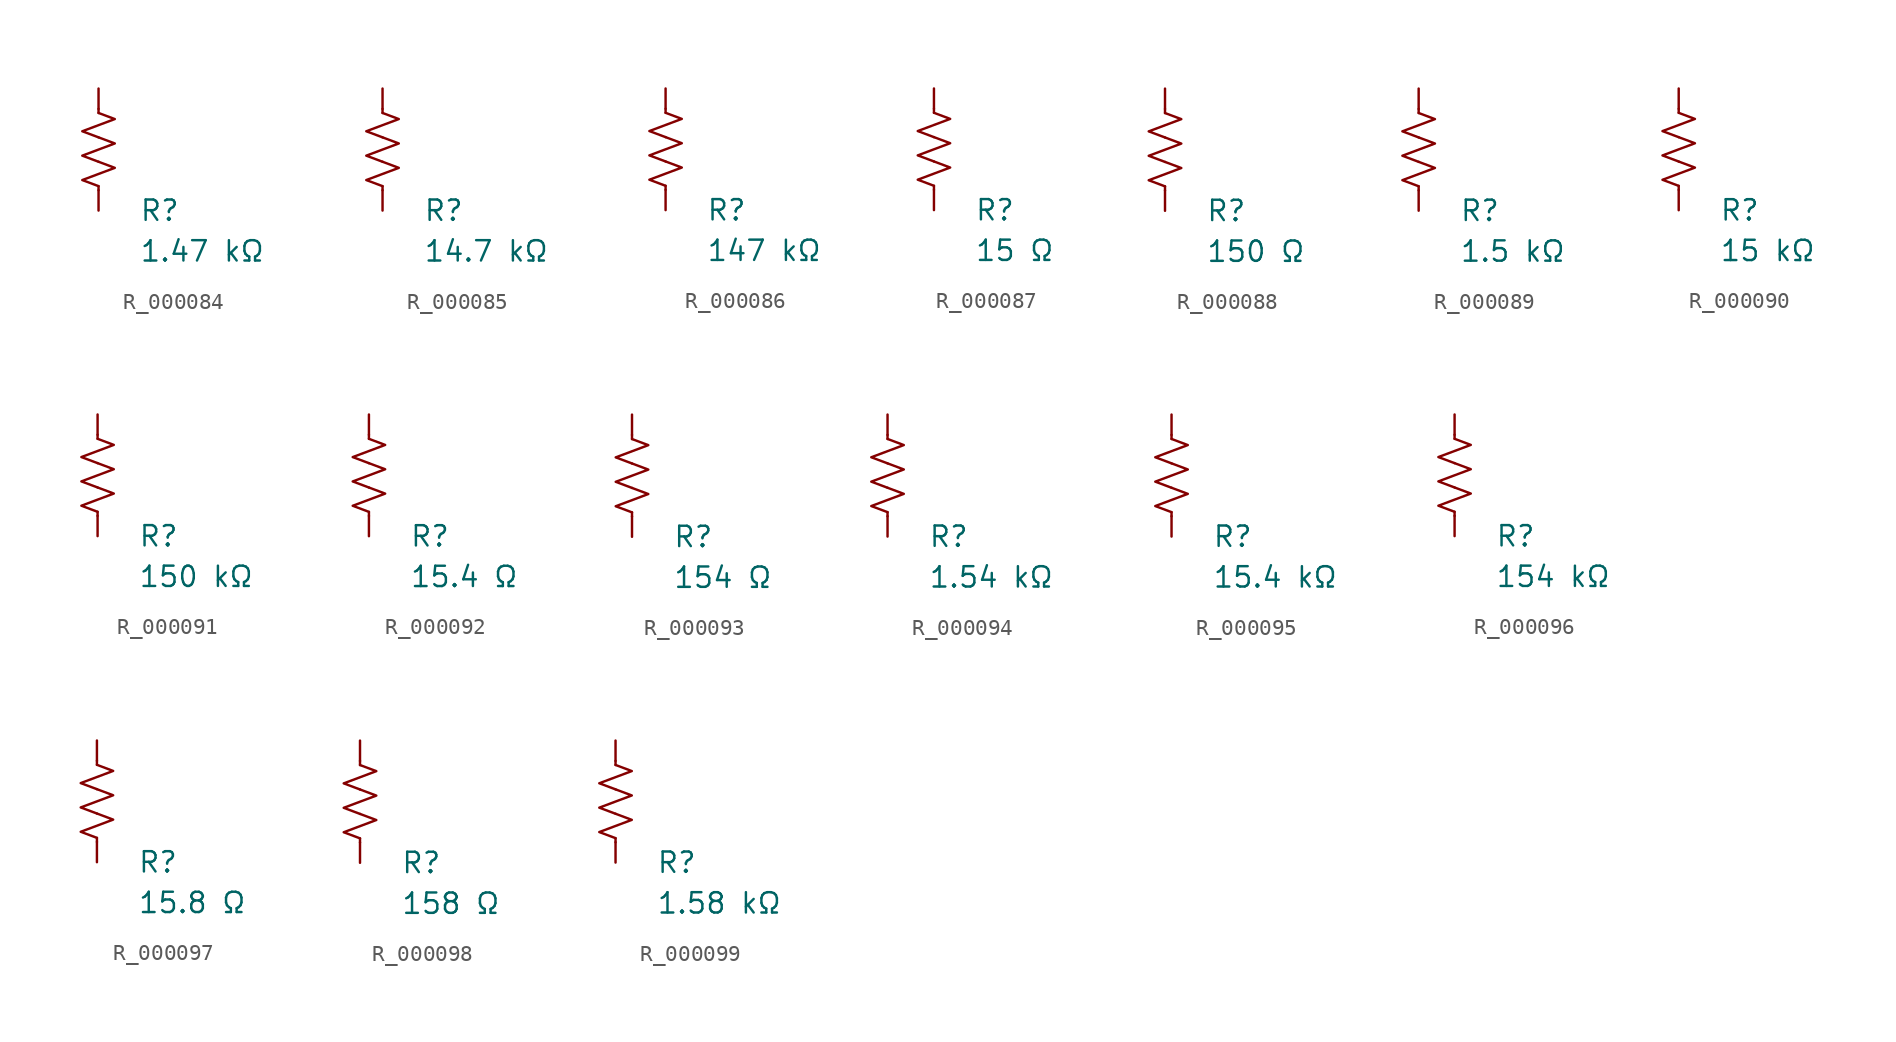
<source format=kicad_sym>
(kicad_symbol_lib
  (version 20231120)
  (generator "kicad_symbol_editor")
  (generator_version "8.0")
  (symbol "R_000084"
    (pin_numbers hide)
    (pin_names
      (offset 0))
    (property "Reference" "R"
      (at 2.54 -3.81 0)
      (effects (font (size 1.27 1.27)) (justify left))
      (show_name no))
    (property "Value" "1.47 kΩ"
      (at 2.54 -6.35 0)
      (effects (font (size 1.27 1.27)) (justify left))
      (show_name no))
    (symbol "R_000084_0_1"
      (polyline (pts (xy 0 -2.286) (xy 0 -2.54)) (stroke (width 0) (type default)) (fill (type none)))
      (polyline (pts (xy 0 2.286) (xy 0 2.54)) (stroke (width 0) (type default)) (fill (type none)))
      (polyline (pts (xy 0 -0.762) (xy 1.016 -1.143) (xy 0 -1.524) (xy -1.016 -1.905) (xy 0 -2.286)) (stroke (width 0) (type default)) (fill (type none)))
      (polyline (pts (xy 0 0.762) (xy 1.016 0.381) (xy 0 0) (xy -1.016 -0.381) (xy 0 -0.762)) (stroke (width 0) (type default)) (fill (type none)))
      (polyline (pts (xy 0 2.286) (xy 1.016 1.905) (xy 0 1.524) (xy -1.016 1.143) (xy 0 0.762)) (stroke (width 0) (type default)) (fill (type none))))
    (symbol "R_000084_1_1"
      (pin passive line (at 0 3.81 270) (length 1.27) (name "~" (effects (font (size 1.27 1.27)))) (number "1" (effects (font (size 1.27 1.27)))))
      (pin passive line (at 0 -3.81 90) (length 1.27) (name "~" (effects (font (size 1.27 1.27)))) (number "2" (effects (font (size 1.27 1.27)))))))
  (symbol "R_000085"
    (pin_numbers hide)
    (pin_names
      (offset 0))
    (property "Reference" "R"
      (at 2.54 -3.81 0)
      (effects (font (size 1.27 1.27)) (justify left))
      (show_name no))
    (property "Value" "14.7 kΩ"
      (at 2.54 -6.35 0)
      (effects (font (size 1.27 1.27)) (justify left))
      (show_name no))
    (symbol "R_000085_0_1"
      (polyline (pts (xy 0 -2.286) (xy 0 -2.54)) (stroke (width 0) (type default)) (fill (type none)))
      (polyline (pts (xy 0 2.286) (xy 0 2.54)) (stroke (width 0) (type default)) (fill (type none)))
      (polyline (pts (xy 0 -0.762) (xy 1.016 -1.143) (xy 0 -1.524) (xy -1.016 -1.905) (xy 0 -2.286)) (stroke (width 0) (type default)) (fill (type none)))
      (polyline (pts (xy 0 0.762) (xy 1.016 0.381) (xy 0 0) (xy -1.016 -0.381) (xy 0 -0.762)) (stroke (width 0) (type default)) (fill (type none)))
      (polyline (pts (xy 0 2.286) (xy 1.016 1.905) (xy 0 1.524) (xy -1.016 1.143) (xy 0 0.762)) (stroke (width 0) (type default)) (fill (type none))))
    (symbol "R_000085_1_1"
      (pin passive line (at 0 3.81 270) (length 1.27) (name "~" (effects (font (size 1.27 1.27)))) (number "1" (effects (font (size 1.27 1.27)))))
      (pin passive line (at 0 -3.81 90) (length 1.27) (name "~" (effects (font (size 1.27 1.27)))) (number "2" (effects (font (size 1.27 1.27)))))))
  (symbol "R_000086"
    (pin_numbers hide)
    (pin_names
      (offset 0))
    (property "Reference" "R"
      (at 2.54 -3.81 0)
      (effects (font (size 1.27 1.27)) (justify left))
      (show_name no))
    (property "Value" "147 kΩ"
      (at 2.54 -6.35 0)
      (effects (font (size 1.27 1.27)) (justify left))
      (show_name no))
    (symbol "R_000086_0_1"
      (polyline (pts (xy 0 -2.286) (xy 0 -2.54)) (stroke (width 0) (type default)) (fill (type none)))
      (polyline (pts (xy 0 2.286) (xy 0 2.54)) (stroke (width 0) (type default)) (fill (type none)))
      (polyline (pts (xy 0 -0.762) (xy 1.016 -1.143) (xy 0 -1.524) (xy -1.016 -1.905) (xy 0 -2.286)) (stroke (width 0) (type default)) (fill (type none)))
      (polyline (pts (xy 0 0.762) (xy 1.016 0.381) (xy 0 0) (xy -1.016 -0.381) (xy 0 -0.762)) (stroke (width 0) (type default)) (fill (type none)))
      (polyline (pts (xy 0 2.286) (xy 1.016 1.905) (xy 0 1.524) (xy -1.016 1.143) (xy 0 0.762)) (stroke (width 0) (type default)) (fill (type none))))
    (symbol "R_000086_1_1"
      (pin passive line (at 0 3.81 270) (length 1.27) (name "~" (effects (font (size 1.27 1.27)))) (number "1" (effects (font (size 1.27 1.27)))))
      (pin passive line (at 0 -3.81 90) (length 1.27) (name "~" (effects (font (size 1.27 1.27)))) (number "2" (effects (font (size 1.27 1.27)))))))
  (symbol "R_000087"
    (pin_numbers hide)
    (pin_names
      (offset 0))
    (property "Reference" "R"
      (at 2.54 -3.81 0)
      (effects (font (size 1.27 1.27)) (justify left))
      (show_name no))
    (property "Value" "15 Ω"
      (at 2.54 -6.35 0)
      (effects (font (size 1.27 1.27)) (justify left))
      (show_name no))
    (symbol "R_000087_0_1"
      (polyline (pts (xy 0 -2.286) (xy 0 -2.54)) (stroke (width 0) (type default)) (fill (type none)))
      (polyline (pts (xy 0 2.286) (xy 0 2.54)) (stroke (width 0) (type default)) (fill (type none)))
      (polyline (pts (xy 0 -0.762) (xy 1.016 -1.143) (xy 0 -1.524) (xy -1.016 -1.905) (xy 0 -2.286)) (stroke (width 0) (type default)) (fill (type none)))
      (polyline (pts (xy 0 0.762) (xy 1.016 0.381) (xy 0 0) (xy -1.016 -0.381) (xy 0 -0.762)) (stroke (width 0) (type default)) (fill (type none)))
      (polyline (pts (xy 0 2.286) (xy 1.016 1.905) (xy 0 1.524) (xy -1.016 1.143) (xy 0 0.762)) (stroke (width 0) (type default)) (fill (type none))))
    (symbol "R_000087_1_1"
      (pin passive line (at 0 3.81 270) (length 1.27) (name "~" (effects (font (size 1.27 1.27)))) (number "1" (effects (font (size 1.27 1.27)))))
      (pin passive line (at 0 -3.81 90) (length 1.27) (name "~" (effects (font (size 1.27 1.27)))) (number "2" (effects (font (size 1.27 1.27)))))))
  (symbol "R_000088"
    (pin_numbers hide)
    (pin_names
      (offset 0))
    (property "Reference" "R"
      (at 2.54 -3.81 0)
      (effects (font (size 1.27 1.27)) (justify left))
      (show_name no))
    (property "Value" "150 Ω"
      (at 2.54 -6.35 0)
      (effects (font (size 1.27 1.27)) (justify left))
      (show_name no))
    (symbol "R_000088_0_1"
      (polyline (pts (xy 0 -2.286) (xy 0 -2.54)) (stroke (width 0) (type default)) (fill (type none)))
      (polyline (pts (xy 0 2.286) (xy 0 2.54)) (stroke (width 0) (type default)) (fill (type none)))
      (polyline (pts (xy 0 -0.762) (xy 1.016 -1.143) (xy 0 -1.524) (xy -1.016 -1.905) (xy 0 -2.286)) (stroke (width 0) (type default)) (fill (type none)))
      (polyline (pts (xy 0 0.762) (xy 1.016 0.381) (xy 0 0) (xy -1.016 -0.381) (xy 0 -0.762)) (stroke (width 0) (type default)) (fill (type none)))
      (polyline (pts (xy 0 2.286) (xy 1.016 1.905) (xy 0 1.524) (xy -1.016 1.143) (xy 0 0.762)) (stroke (width 0) (type default)) (fill (type none))))
    (symbol "R_000088_1_1"
      (pin passive line (at 0 3.81 270) (length 1.27) (name "~" (effects (font (size 1.27 1.27)))) (number "1" (effects (font (size 1.27 1.27)))))
      (pin passive line (at 0 -3.81 90) (length 1.27) (name "~" (effects (font (size 1.27 1.27)))) (number "2" (effects (font (size 1.27 1.27)))))))
  (symbol "R_000089"
    (pin_numbers hide)
    (pin_names
      (offset 0))
    (property "Reference" "R"
      (at 2.54 -3.81 0)
      (effects (font (size 1.27 1.27)) (justify left))
      (show_name no))
    (property "Value" "1.5 kΩ"
      (at 2.54 -6.35 0)
      (effects (font (size 1.27 1.27)) (justify left))
      (show_name no))
    (symbol "R_000089_0_1"
      (polyline (pts (xy 0 -2.286) (xy 0 -2.54)) (stroke (width 0) (type default)) (fill (type none)))
      (polyline (pts (xy 0 2.286) (xy 0 2.54)) (stroke (width 0) (type default)) (fill (type none)))
      (polyline (pts (xy 0 -0.762) (xy 1.016 -1.143) (xy 0 -1.524) (xy -1.016 -1.905) (xy 0 -2.286)) (stroke (width 0) (type default)) (fill (type none)))
      (polyline (pts (xy 0 0.762) (xy 1.016 0.381) (xy 0 0) (xy -1.016 -0.381) (xy 0 -0.762)) (stroke (width 0) (type default)) (fill (type none)))
      (polyline (pts (xy 0 2.286) (xy 1.016 1.905) (xy 0 1.524) (xy -1.016 1.143) (xy 0 0.762)) (stroke (width 0) (type default)) (fill (type none))))
    (symbol "R_000089_1_1"
      (pin passive line (at 0 3.81 270) (length 1.27) (name "~" (effects (font (size 1.27 1.27)))) (number "1" (effects (font (size 1.27 1.27)))))
      (pin passive line (at 0 -3.81 90) (length 1.27) (name "~" (effects (font (size 1.27 1.27)))) (number "2" (effects (font (size 1.27 1.27)))))))
  (symbol "R_000090"
    (pin_numbers hide)
    (pin_names
      (offset 0))
    (property "Reference" "R"
      (at 2.54 -3.81 0)
      (effects (font (size 1.27 1.27)) (justify left))
      (show_name no))
    (property "Value" "15 kΩ"
      (at 2.54 -6.35 0)
      (effects (font (size 1.27 1.27)) (justify left))
      (show_name no))
    (symbol "R_000090_0_1"
      (polyline (pts (xy 0 -2.286) (xy 0 -2.54)) (stroke (width 0) (type default)) (fill (type none)))
      (polyline (pts (xy 0 2.286) (xy 0 2.54)) (stroke (width 0) (type default)) (fill (type none)))
      (polyline (pts (xy 0 -0.762) (xy 1.016 -1.143) (xy 0 -1.524) (xy -1.016 -1.905) (xy 0 -2.286)) (stroke (width 0) (type default)) (fill (type none)))
      (polyline (pts (xy 0 0.762) (xy 1.016 0.381) (xy 0 0) (xy -1.016 -0.381) (xy 0 -0.762)) (stroke (width 0) (type default)) (fill (type none)))
      (polyline (pts (xy 0 2.286) (xy 1.016 1.905) (xy 0 1.524) (xy -1.016 1.143) (xy 0 0.762)) (stroke (width 0) (type default)) (fill (type none))))
    (symbol "R_000090_1_1"
      (pin passive line (at 0 3.81 270) (length 1.27) (name "~" (effects (font (size 1.27 1.27)))) (number "1" (effects (font (size 1.27 1.27)))))
      (pin passive line (at 0 -3.81 90) (length 1.27) (name "~" (effects (font (size 1.27 1.27)))) (number "2" (effects (font (size 1.27 1.27)))))))
  (symbol "R_000091"
    (pin_numbers hide)
    (pin_names
      (offset 0))
    (property "Reference" "R"
      (at 2.54 -3.81 0)
      (effects (font (size 1.27 1.27)) (justify left))
      (show_name no))
    (property "Value" "150 kΩ"
      (at 2.54 -6.35 0)
      (effects (font (size 1.27 1.27)) (justify left))
      (show_name no))
    (symbol "R_000091_0_1"
      (polyline (pts (xy 0 -2.286) (xy 0 -2.54)) (stroke (width 0) (type default)) (fill (type none)))
      (polyline (pts (xy 0 2.286) (xy 0 2.54)) (stroke (width 0) (type default)) (fill (type none)))
      (polyline (pts (xy 0 -0.762) (xy 1.016 -1.143) (xy 0 -1.524) (xy -1.016 -1.905) (xy 0 -2.286)) (stroke (width 0) (type default)) (fill (type none)))
      (polyline (pts (xy 0 0.762) (xy 1.016 0.381) (xy 0 0) (xy -1.016 -0.381) (xy 0 -0.762)) (stroke (width 0) (type default)) (fill (type none)))
      (polyline (pts (xy 0 2.286) (xy 1.016 1.905) (xy 0 1.524) (xy -1.016 1.143) (xy 0 0.762)) (stroke (width 0) (type default)) (fill (type none))))
    (symbol "R_000091_1_1"
      (pin passive line (at 0 3.81 270) (length 1.27) (name "~" (effects (font (size 1.27 1.27)))) (number "1" (effects (font (size 1.27 1.27)))))
      (pin passive line (at 0 -3.81 90) (length 1.27) (name "~" (effects (font (size 1.27 1.27)))) (number "2" (effects (font (size 1.27 1.27)))))))
  (symbol "R_000092"
    (pin_numbers hide)
    (pin_names
      (offset 0))
    (property "Reference" "R"
      (at 2.54 -3.81 0)
      (effects (font (size 1.27 1.27)) (justify left))
      (show_name no))
    (property "Value" "15.4 Ω"
      (at 2.54 -6.35 0)
      (effects (font (size 1.27 1.27)) (justify left))
      (show_name no))
    (symbol "R_000092_0_1"
      (polyline (pts (xy 0 -2.286) (xy 0 -2.54)) (stroke (width 0) (type default)) (fill (type none)))
      (polyline (pts (xy 0 2.286) (xy 0 2.54)) (stroke (width 0) (type default)) (fill (type none)))
      (polyline (pts (xy 0 -0.762) (xy 1.016 -1.143) (xy 0 -1.524) (xy -1.016 -1.905) (xy 0 -2.286)) (stroke (width 0) (type default)) (fill (type none)))
      (polyline (pts (xy 0 0.762) (xy 1.016 0.381) (xy 0 0) (xy -1.016 -0.381) (xy 0 -0.762)) (stroke (width 0) (type default)) (fill (type none)))
      (polyline (pts (xy 0 2.286) (xy 1.016 1.905) (xy 0 1.524) (xy -1.016 1.143) (xy 0 0.762)) (stroke (width 0) (type default)) (fill (type none))))
    (symbol "R_000092_1_1"
      (pin passive line (at 0 3.81 270) (length 1.27) (name "~" (effects (font (size 1.27 1.27)))) (number "1" (effects (font (size 1.27 1.27)))))
      (pin passive line (at 0 -3.81 90) (length 1.27) (name "~" (effects (font (size 1.27 1.27)))) (number "2" (effects (font (size 1.27 1.27)))))))
  (symbol "R_000093"
    (pin_numbers hide)
    (pin_names
      (offset 0))
    (property "Reference" "R"
      (at 2.54 -3.81 0)
      (effects (font (size 1.27 1.27)) (justify left))
      (show_name no))
    (property "Value" "154 Ω"
      (at 2.54 -6.35 0)
      (effects (font (size 1.27 1.27)) (justify left))
      (show_name no))
    (symbol "R_000093_0_1"
      (polyline (pts (xy 0 -2.286) (xy 0 -2.54)) (stroke (width 0) (type default)) (fill (type none)))
      (polyline (pts (xy 0 2.286) (xy 0 2.54)) (stroke (width 0) (type default)) (fill (type none)))
      (polyline (pts (xy 0 -0.762) (xy 1.016 -1.143) (xy 0 -1.524) (xy -1.016 -1.905) (xy 0 -2.286)) (stroke (width 0) (type default)) (fill (type none)))
      (polyline (pts (xy 0 0.762) (xy 1.016 0.381) (xy 0 0) (xy -1.016 -0.381) (xy 0 -0.762)) (stroke (width 0) (type default)) (fill (type none)))
      (polyline (pts (xy 0 2.286) (xy 1.016 1.905) (xy 0 1.524) (xy -1.016 1.143) (xy 0 0.762)) (stroke (width 0) (type default)) (fill (type none))))
    (symbol "R_000093_1_1"
      (pin passive line (at 0 3.81 270) (length 1.27) (name "~" (effects (font (size 1.27 1.27)))) (number "1" (effects (font (size 1.27 1.27)))))
      (pin passive line (at 0 -3.81 90) (length 1.27) (name "~" (effects (font (size 1.27 1.27)))) (number "2" (effects (font (size 1.27 1.27)))))))
  (symbol "R_000094"
    (pin_numbers hide)
    (pin_names
      (offset 0))
    (property "Reference" "R"
      (at 2.54 -3.81 0)
      (effects (font (size 1.27 1.27)) (justify left))
      (show_name no))
    (property "Value" "1.54 kΩ"
      (at 2.54 -6.35 0)
      (effects (font (size 1.27 1.27)) (justify left))
      (show_name no))
    (symbol "R_000094_0_1"
      (polyline (pts (xy 0 -2.286) (xy 0 -2.54)) (stroke (width 0) (type default)) (fill (type none)))
      (polyline (pts (xy 0 2.286) (xy 0 2.54)) (stroke (width 0) (type default)) (fill (type none)))
      (polyline (pts (xy 0 -0.762) (xy 1.016 -1.143) (xy 0 -1.524) (xy -1.016 -1.905) (xy 0 -2.286)) (stroke (width 0) (type default)) (fill (type none)))
      (polyline (pts (xy 0 0.762) (xy 1.016 0.381) (xy 0 0) (xy -1.016 -0.381) (xy 0 -0.762)) (stroke (width 0) (type default)) (fill (type none)))
      (polyline (pts (xy 0 2.286) (xy 1.016 1.905) (xy 0 1.524) (xy -1.016 1.143) (xy 0 0.762)) (stroke (width 0) (type default)) (fill (type none))))
    (symbol "R_000094_1_1"
      (pin passive line (at 0 3.81 270) (length 1.27) (name "~" (effects (font (size 1.27 1.27)))) (number "1" (effects (font (size 1.27 1.27)))))
      (pin passive line (at 0 -3.81 90) (length 1.27) (name "~" (effects (font (size 1.27 1.27)))) (number "2" (effects (font (size 1.27 1.27)))))))
  (symbol "R_000095"
    (pin_numbers hide)
    (pin_names
      (offset 0))
    (property "Reference" "R"
      (at 2.54 -3.81 0)
      (effects (font (size 1.27 1.27)) (justify left))
      (show_name no))
    (property "Value" "15.4 kΩ"
      (at 2.54 -6.35 0)
      (effects (font (size 1.27 1.27)) (justify left))
      (show_name no))
    (symbol "R_000095_0_1"
      (polyline (pts (xy 0 -2.286) (xy 0 -2.54)) (stroke (width 0) (type default)) (fill (type none)))
      (polyline (pts (xy 0 2.286) (xy 0 2.54)) (stroke (width 0) (type default)) (fill (type none)))
      (polyline (pts (xy 0 -0.762) (xy 1.016 -1.143) (xy 0 -1.524) (xy -1.016 -1.905) (xy 0 -2.286)) (stroke (width 0) (type default)) (fill (type none)))
      (polyline (pts (xy 0 0.762) (xy 1.016 0.381) (xy 0 0) (xy -1.016 -0.381) (xy 0 -0.762)) (stroke (width 0) (type default)) (fill (type none)))
      (polyline (pts (xy 0 2.286) (xy 1.016 1.905) (xy 0 1.524) (xy -1.016 1.143) (xy 0 0.762)) (stroke (width 0) (type default)) (fill (type none))))
    (symbol "R_000095_1_1"
      (pin passive line (at 0 3.81 270) (length 1.27) (name "~" (effects (font (size 1.27 1.27)))) (number "1" (effects (font (size 1.27 1.27)))))
      (pin passive line (at 0 -3.81 90) (length 1.27) (name "~" (effects (font (size 1.27 1.27)))) (number "2" (effects (font (size 1.27 1.27)))))))
  (symbol "R_000096"
    (pin_numbers hide)
    (pin_names
      (offset 0))
    (property "Reference" "R"
      (at 2.54 -3.81 0)
      (effects (font (size 1.27 1.27)) (justify left))
      (show_name no))
    (property "Value" "154 kΩ"
      (at 2.54 -6.35 0)
      (effects (font (size 1.27 1.27)) (justify left))
      (show_name no))
    (symbol "R_000096_0_1"
      (polyline (pts (xy 0 -2.286) (xy 0 -2.54)) (stroke (width 0) (type default)) (fill (type none)))
      (polyline (pts (xy 0 2.286) (xy 0 2.54)) (stroke (width 0) (type default)) (fill (type none)))
      (polyline (pts (xy 0 -0.762) (xy 1.016 -1.143) (xy 0 -1.524) (xy -1.016 -1.905) (xy 0 -2.286)) (stroke (width 0) (type default)) (fill (type none)))
      (polyline (pts (xy 0 0.762) (xy 1.016 0.381) (xy 0 0) (xy -1.016 -0.381) (xy 0 -0.762)) (stroke (width 0) (type default)) (fill (type none)))
      (polyline (pts (xy 0 2.286) (xy 1.016 1.905) (xy 0 1.524) (xy -1.016 1.143) (xy 0 0.762)) (stroke (width 0) (type default)) (fill (type none))))
    (symbol "R_000096_1_1"
      (pin passive line (at 0 3.81 270) (length 1.27) (name "~" (effects (font (size 1.27 1.27)))) (number "1" (effects (font (size 1.27 1.27)))))
      (pin passive line (at 0 -3.81 90) (length 1.27) (name "~" (effects (font (size 1.27 1.27)))) (number "2" (effects (font (size 1.27 1.27)))))))
  (symbol "R_000097"
    (pin_numbers hide)
    (pin_names
      (offset 0))
    (property "Reference" "R"
      (at 2.54 -3.81 0)
      (effects (font (size 1.27 1.27)) (justify left))
      (show_name no))
    (property "Value" "15.8 Ω"
      (at 2.54 -6.35 0)
      (effects (font (size 1.27 1.27)) (justify left))
      (show_name no))
    (symbol "R_000097_0_1"
      (polyline (pts (xy 0 -2.286) (xy 0 -2.54)) (stroke (width 0) (type default)) (fill (type none)))
      (polyline (pts (xy 0 2.286) (xy 0 2.54)) (stroke (width 0) (type default)) (fill (type none)))
      (polyline (pts (xy 0 -0.762) (xy 1.016 -1.143) (xy 0 -1.524) (xy -1.016 -1.905) (xy 0 -2.286)) (stroke (width 0) (type default)) (fill (type none)))
      (polyline (pts (xy 0 0.762) (xy 1.016 0.381) (xy 0 0) (xy -1.016 -0.381) (xy 0 -0.762)) (stroke (width 0) (type default)) (fill (type none)))
      (polyline (pts (xy 0 2.286) (xy 1.016 1.905) (xy 0 1.524) (xy -1.016 1.143) (xy 0 0.762)) (stroke (width 0) (type default)) (fill (type none))))
    (symbol "R_000097_1_1"
      (pin passive line (at 0 3.81 270) (length 1.27) (name "~" (effects (font (size 1.27 1.27)))) (number "1" (effects (font (size 1.27 1.27)))))
      (pin passive line (at 0 -3.81 90) (length 1.27) (name "~" (effects (font (size 1.27 1.27)))) (number "2" (effects (font (size 1.27 1.27)))))))
  (symbol "R_000098"
    (pin_numbers hide)
    (pin_names
      (offset 0))
    (property "Reference" "R"
      (at 2.54 -3.81 0)
      (effects (font (size 1.27 1.27)) (justify left))
      (show_name no))
    (property "Value" "158 Ω"
      (at 2.54 -6.35 0)
      (effects (font (size 1.27 1.27)) (justify left))
      (show_name no))
    (symbol "R_000098_0_1"
      (polyline (pts (xy 0 -2.286) (xy 0 -2.54)) (stroke (width 0) (type default)) (fill (type none)))
      (polyline (pts (xy 0 2.286) (xy 0 2.54)) (stroke (width 0) (type default)) (fill (type none)))
      (polyline (pts (xy 0 -0.762) (xy 1.016 -1.143) (xy 0 -1.524) (xy -1.016 -1.905) (xy 0 -2.286)) (stroke (width 0) (type default)) (fill (type none)))
      (polyline (pts (xy 0 0.762) (xy 1.016 0.381) (xy 0 0) (xy -1.016 -0.381) (xy 0 -0.762)) (stroke (width 0) (type default)) (fill (type none)))
      (polyline (pts (xy 0 2.286) (xy 1.016 1.905) (xy 0 1.524) (xy -1.016 1.143) (xy 0 0.762)) (stroke (width 0) (type default)) (fill (type none))))
    (symbol "R_000098_1_1"
      (pin passive line (at 0 3.81 270) (length 1.27) (name "~" (effects (font (size 1.27 1.27)))) (number "1" (effects (font (size 1.27 1.27)))))
      (pin passive line (at 0 -3.81 90) (length 1.27) (name "~" (effects (font (size 1.27 1.27)))) (number "2" (effects (font (size 1.27 1.27)))))))
  (symbol "R_000099"
    (pin_numbers hide)
    (pin_names
      (offset 0))
    (property "Reference" "R"
      (at 2.54 -3.81 0)
      (effects (font (size 1.27 1.27)) (justify left))
      (show_name no))
    (property "Value" "1.58 kΩ"
      (at 2.54 -6.35 0)
      (effects (font (size 1.27 1.27)) (justify left))
      (show_name no))
    (symbol "R_000099_0_1"
      (polyline (pts (xy 0 -2.286) (xy 0 -2.54)) (stroke (width 0) (type default)) (fill (type none)))
      (polyline (pts (xy 0 2.286) (xy 0 2.54)) (stroke (width 0) (type default)) (fill (type none)))
      (polyline (pts (xy 0 -0.762) (xy 1.016 -1.143) (xy 0 -1.524) (xy -1.016 -1.905) (xy 0 -2.286)) (stroke (width 0) (type default)) (fill (type none)))
      (polyline (pts (xy 0 0.762) (xy 1.016 0.381) (xy 0 0) (xy -1.016 -0.381) (xy 0 -0.762)) (stroke (width 0) (type default)) (fill (type none)))
      (polyline (pts (xy 0 2.286) (xy 1.016 1.905) (xy 0 1.524) (xy -1.016 1.143) (xy 0 0.762)) (stroke (width 0) (type default)) (fill (type none))))
    (symbol "R_000099_1_1"
      (pin passive line (at 0 3.81 270) (length 1.27) (name "~" (effects (font (size 1.27 1.27)))) (number "1" (effects (font (size 1.27 1.27)))))
      (pin passive line (at 0 -3.81 90) (length 1.27) (name "~" (effects (font (size 1.27 1.27)))) (number "2" (effects (font (size 1.27 1.27))))))))
</source>
